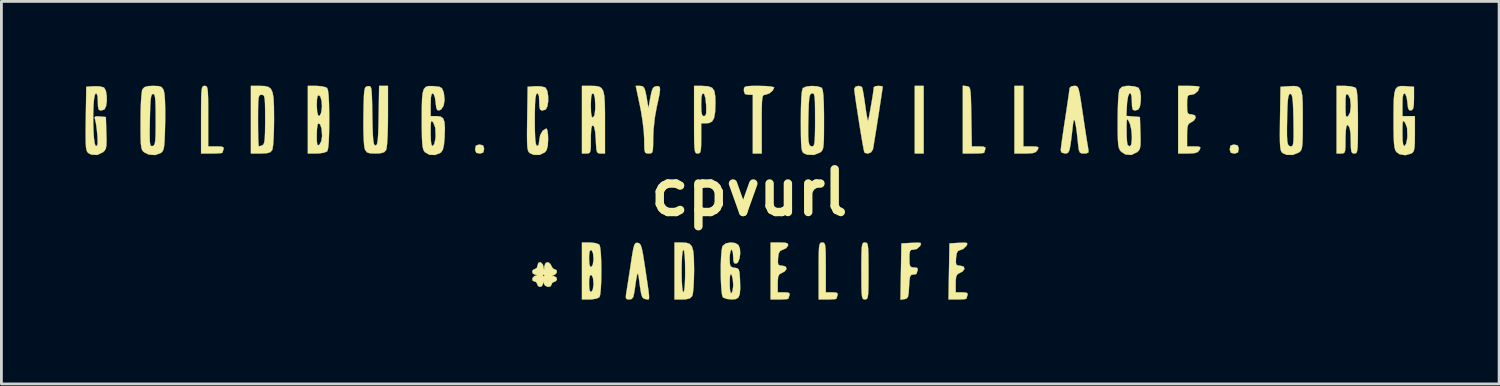
<source format=kicad_pcb>
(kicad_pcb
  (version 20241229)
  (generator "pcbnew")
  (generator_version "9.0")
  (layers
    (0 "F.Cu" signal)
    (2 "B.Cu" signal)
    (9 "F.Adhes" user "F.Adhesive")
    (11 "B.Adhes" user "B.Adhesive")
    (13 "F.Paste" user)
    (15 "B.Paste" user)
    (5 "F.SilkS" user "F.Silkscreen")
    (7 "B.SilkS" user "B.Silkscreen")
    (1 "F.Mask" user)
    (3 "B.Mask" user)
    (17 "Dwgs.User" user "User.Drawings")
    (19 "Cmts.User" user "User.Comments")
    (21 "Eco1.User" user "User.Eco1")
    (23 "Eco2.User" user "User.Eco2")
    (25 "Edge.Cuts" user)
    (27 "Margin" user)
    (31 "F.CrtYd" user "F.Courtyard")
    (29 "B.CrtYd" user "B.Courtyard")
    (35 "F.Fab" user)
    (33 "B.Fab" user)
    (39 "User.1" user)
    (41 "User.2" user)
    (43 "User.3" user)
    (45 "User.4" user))
  (footprint "cpvurl"
    (layer "F.Cu")
    (at 23.682 3.824)
    (property "Reference" "cpvurl" (at 0 0 0) (layer "F.SilkS") (effects (font (size 1.524 1.524) (thickness 0.3))))
    (attr through_hole)
    (fp_poly (pts (xy 6.223 -1.397) (xy 5.905 -1.397) (xy 5.905 -3.81) (xy 6.223 -3.81) (xy 6.223 -1.397)) (stroke (width 0.01) (type solid)) (fill yes) (layer "F.SilkS"))
    (fp_poly (pts (xy -9.499 -1.688) (xy -9.462 -1.585) (xy -9.461 -1.556) (xy -9.488 -1.435) (xy -9.591 -1.398) (xy -9.62 -1.397) (xy -9.741 -1.423) (xy -9.778 -1.526) (xy -9.779 -1.556) (xy -9.753 -1.677) (xy -9.65 -1.714) (xy -9.62 -1.714) (xy -9.499 -1.688)) (stroke (width 0.01) (type solid)) (fill yes) (layer "F.SilkS"))
    (fp_poly (pts (xy 17.425 -1.688) (xy 17.462 -1.585) (xy 17.462 -1.556) (xy 17.436 -1.435) (xy 17.333 -1.398) (xy 17.304 -1.397) (xy 17.183 -1.423) (xy 17.146 -1.526) (xy 17.145 -1.556) (xy 17.171 -1.677) (xy 17.274 -1.714) (xy 17.304 -1.714) (xy 17.425 -1.688)) (stroke (width 0.01) (type solid)) (fill yes) (layer "F.SilkS"))
    (fp_poly (pts (xy 9.779 -1.651) (xy 10.067 -1.651) (xy 10.24 -1.646) (xy 10.312 -1.623) (xy 10.308 -1.566) (xy 10.287 -1.524) (xy 10.225 -1.451) (xy 10.119 -1.412) (xy 9.932 -1.398) (xy 9.84 -1.397) (xy 9.461 -1.397) (xy 9.461 -3.81) (xy 9.779 -3.81) (xy 9.779 -1.651)) (stroke (width 0.01) (type solid)) (fill yes) (layer "F.SilkS"))
    (fp_poly (pts (xy 7.763 -3.799) (xy 7.815 -3.787) (xy 7.853 -3.758) (xy 7.88 -3.693) (xy 7.897 -3.574) (xy 7.909 -3.383) (xy 7.916 -3.1) (xy 7.923 -2.715) (xy 7.941 -1.651) (xy 8.2 -1.651) (xy 8.364 -1.642) (xy 8.427 -1.607) (xy 8.421 -1.551) (xy 8.387 -1.449) (xy 8.382 -1.424) (xy 8.324 -1.41) (xy 8.174 -1.4) (xy 8.001 -1.397) (xy 7.62 -1.397) (xy 7.62 -3.819) (xy 7.763 -3.799)) (stroke (width 0.01) (type solid)) (fill yes) (layer "F.SilkS"))
    (fp_poly (pts (xy 2.654 1.785) (xy 2.689 1.817) (xy 2.711 1.896) (xy 2.724 2.04) (xy 2.729 2.268) (xy 2.73 2.601) (xy 2.731 2.667) (xy 2.731 3.556) (xy 2.96 3.556) (xy 3.11 3.567) (xy 3.159 3.609) (xy 3.15 3.656) (xy 3.116 3.758) (xy 3.111 3.783) (xy 3.054 3.799) (xy 2.908 3.808) (xy 2.794 3.81) (xy 2.477 3.81) (xy 2.477 2.794) (xy 2.477 2.414) (xy 2.481 2.143) (xy 2.49 1.962) (xy 2.507 1.854) (xy 2.533 1.799) (xy 2.572 1.78) (xy 2.603 1.778) (xy 2.654 1.785)) (stroke (width 0.01) (type solid)) (fill yes) (layer "F.SilkS"))
    (fp_poly (pts (xy 0.593 -3.804) (xy 0.78 -3.787) (xy 0.88 -3.762) (xy 0.889 -3.751) (xy 0.837 -3.642) (xy 0.715 -3.542) (xy 0.578 -3.493) (xy 0.567 -3.493) (xy 0.522 -3.486) (xy 0.489 -3.454) (xy 0.467 -3.378) (xy 0.454 -3.241) (xy 0.447 -3.025) (xy 0.445 -2.711) (xy 0.445 -2.445) (xy 0.445 -1.397) (xy 0.127 -1.397) (xy 0.127 -3.493) (xy -0.032 -3.493) (xy -0.153 -3.519) (xy -0.19 -3.622) (xy -0.191 -3.651) (xy -0.186 -3.728) (xy -0.154 -3.775) (xy -0.07 -3.799) (xy 0.09 -3.809) (xy 0.349 -3.81) (xy 0.593 -3.804)) (stroke (width 0.01) (type solid)) (fill yes) (layer "F.SilkS"))
    (fp_poly (pts (xy -19.385 -3.804) (xy -19.351 -3.776) (xy -19.329 -3.706) (xy -19.315 -3.578) (xy -19.307 -3.373) (xy -19.304 -3.074) (xy -19.304 -2.731) (xy -19.304 -1.651) (xy -19.011 -1.651) (xy -18.833 -1.644) (xy -18.757 -1.615) (xy -18.756 -1.554) (xy -18.757 -1.551) (xy -18.791 -1.449) (xy -18.796 -1.424) (xy -18.854 -1.41) (xy -19.004 -1.4) (xy -19.177 -1.397) (xy -19.558 -1.397) (xy -19.558 -2.603) (xy -19.557 -3.023) (xy -19.555 -3.331) (xy -19.548 -3.547) (xy -19.535 -3.685) (xy -19.515 -3.764) (xy -19.485 -3.8) (xy -19.445 -3.81) (xy -19.431 -3.81) (xy -19.385 -3.804)) (stroke (width 0.01) (type solid)) (fill yes) (layer "F.SilkS"))
    (fp_poly (pts (xy 4.175 1.784) (xy 4.209 1.814) (xy 4.231 1.886) (xy 4.245 2.019) (xy 4.252 2.231) (xy 4.254 2.54) (xy 4.255 2.794) (xy 4.254 3.174) (xy 4.25 3.445) (xy 4.241 3.626) (xy 4.224 3.734) (xy 4.198 3.789) (xy 4.159 3.808) (xy 4.128 3.81) (xy 4.08 3.804) (xy 4.046 3.774) (xy 4.024 3.702) (xy 4.01 3.569) (xy 4.003 3.357) (xy 4.001 3.048) (xy 4 2.794) (xy 4.001 2.414) (xy 4.005 2.143) (xy 4.014 1.962) (xy 4.031 1.854) (xy 4.057 1.799) (xy 4.096 1.78) (xy 4.128 1.778) (xy 4.175 1.784)) (stroke (width 0.01) (type solid)) (fill yes) (layer "F.SilkS"))
    (fp_poly (pts (xy 1.276 1.785) (xy 1.368 1.811) (xy 1.388 1.868) (xy 1.385 1.886) (xy 1.314 1.982) (xy 1.206 2.032) (xy 1.102 2.077) (xy 1.05 2.173) (xy 1.028 2.336) (xy 1.022 2.504) (xy 1.05 2.582) (xy 1.131 2.603) (xy 1.171 2.603) (xy 1.3 2.638) (xy 1.33 2.719) (xy 1.262 2.812) (xy 1.175 2.857) (xy 1.079 2.909) (xy 1.032 2.995) (xy 1.017 3.155) (xy 1.016 3.237) (xy 1.016 3.556) (xy 1.245 3.556) (xy 1.395 3.567) (xy 1.445 3.609) (xy 1.436 3.656) (xy 1.402 3.758) (xy 1.397 3.783) (xy 1.34 3.799) (xy 1.194 3.808) (xy 1.079 3.81) (xy 0.762 3.81) (xy 0.762 1.778) (xy 1.084 1.778) (xy 1.276 1.785)) (stroke (width 0.01) (type solid)) (fill yes) (layer "F.SilkS"))
    (fp_poly (pts (xy 6.105 1.792) (xy 6.129 1.828) (xy 6.099 1.899) (xy 6.098 1.902) (xy 5.976 2.01) (xy 5.872 2.032) (xy 5.779 2.043) (xy 5.732 2.096) (xy 5.716 2.225) (xy 5.715 2.349) (xy 5.72 2.538) (xy 5.746 2.632) (xy 5.81 2.664) (xy 5.881 2.667) (xy 5.998 2.686) (xy 6.012 2.753) (xy 6.008 2.767) (xy 5.974 2.869) (xy 5.969 2.894) (xy 5.916 2.916) (xy 5.845 2.921) (xy 5.778 2.936) (xy 5.737 2.998) (xy 5.715 3.135) (xy 5.702 3.35) (xy 5.688 3.579) (xy 5.665 3.71) (xy 5.621 3.774) (xy 5.546 3.798) (xy 5.539 3.799) (xy 5.394 3.819) (xy 5.412 2.815) (xy 5.429 1.81) (xy 5.798 1.791) (xy 6.003 1.783) (xy 6.105 1.792)) (stroke (width 0.01) (type solid)) (fill yes) (layer "F.SilkS"))
    (fp_poly (pts (xy 7.765 1.795) (xy 7.779 1.836) (xy 7.751 1.897) (xy 7.637 2.008) (xy 7.541 2.043) (xy 7.447 2.079) (xy 7.399 2.173) (xy 7.378 2.334) (xy 7.372 2.503) (xy 7.4 2.581) (xy 7.479 2.603) (xy 7.521 2.603) (xy 7.65 2.638) (xy 7.68 2.719) (xy 7.612 2.812) (xy 7.525 2.857) (xy 7.429 2.909) (xy 7.382 2.995) (xy 7.367 3.155) (xy 7.366 3.237) (xy 7.366 3.556) (xy 7.595 3.556) (xy 7.745 3.567) (xy 7.795 3.609) (xy 7.786 3.656) (xy 7.752 3.758) (xy 7.747 3.783) (xy 7.69 3.799) (xy 7.544 3.808) (xy 7.428 3.81) (xy 7.109 3.81) (xy 7.126 2.81) (xy 7.144 1.81) (xy 7.481 1.79) (xy 7.674 1.783) (xy 7.765 1.795)) (stroke (width 0.01) (type solid)) (fill yes) (layer "F.SilkS"))
    (fp_poly (pts (xy 15.885 -3.805) (xy 16.024 -3.79) (xy 16.066 -3.774) (xy 16.011 -3.63) (xy 15.884 -3.521) (xy 15.778 -3.493) (xy 15.688 -3.483) (xy 15.641 -3.434) (xy 15.624 -3.315) (xy 15.621 -3.143) (xy 15.625 -2.943) (xy 15.647 -2.839) (xy 15.7 -2.8) (xy 15.784 -2.794) (xy 15.903 -2.758) (xy 15.928 -2.672) (xy 15.863 -2.571) (xy 15.764 -2.509) (xy 15.684 -2.459) (xy 15.641 -2.376) (xy 15.624 -2.226) (xy 15.621 -2.049) (xy 15.621 -1.651) (xy 15.877 -1.651) (xy 16.037 -1.645) (xy 16.095 -1.617) (xy 16.078 -1.548) (xy 16.066 -1.524) (xy 15.999 -1.447) (xy 15.883 -1.409) (xy 15.681 -1.397) (xy 15.651 -1.397) (xy 15.303 -1.397) (xy 15.303 -3.81) (xy 15.684 -3.81) (xy 15.885 -3.805)) (stroke (width 0.01) (type solid)) (fill yes) (layer "F.SilkS"))
    (fp_poly (pts (xy -3.815 -3.799) (xy -3.754 -3.748) (xy -3.709 -3.633) (xy -3.666 -3.428) (xy -3.645 -3.302) (xy -3.597 -3.016) (xy -3.529 -3.397) (xy -3.483 -3.614) (xy -3.434 -3.734) (xy -3.365 -3.788) (xy -3.318 -3.799) (xy -3.24 -3.8) (xy -3.195 -3.767) (xy -3.182 -3.678) (xy -3.202 -3.516) (xy -3.254 -3.262) (xy -3.302 -3.048) (xy -3.371 -2.664) (xy -3.415 -2.243) (xy -3.427 -1.953) (xy -3.43 -1.687) (xy -3.439 -1.523) (xy -3.462 -1.437) (xy -3.508 -1.403) (xy -3.581 -1.397) (xy -3.588 -1.397) (xy -3.667 -1.403) (xy -3.715 -1.437) (xy -3.738 -1.527) (xy -3.746 -1.698) (xy -3.747 -1.889) (xy -3.762 -2.176) (xy -3.803 -2.534) (xy -3.862 -2.909) (xy -3.899 -3.096) (xy -4.05 -3.81) (xy -3.903 -3.81) (xy -3.815 -3.799)) (stroke (width 0.01) (type solid)) (fill yes) (layer "F.SilkS"))
    (fp_poly (pts (xy -2.247 1.788) (xy -2.126 1.828) (xy -2.046 1.919) (xy -1.999 2.077) (xy -1.976 2.321) (xy -1.969 2.669) (xy -1.968 2.771) (xy -1.974 3.086) (xy -1.987 3.363) (xy -2.008 3.572) (xy -2.033 3.685) (xy -2.034 3.687) (xy -2.116 3.77) (xy -2.266 3.806) (xy -2.383 3.81) (xy -2.667 3.81) (xy -2.667 2.794) (xy -2.413 2.794) (xy -2.408 3.128) (xy -2.393 3.376) (xy -2.371 3.522) (xy -2.349 3.556) (xy -2.322 3.495) (xy -2.301 3.322) (xy -2.289 3.05) (xy -2.286 2.794) (xy -2.291 2.46) (xy -2.306 2.212) (xy -2.328 2.066) (xy -2.349 2.032) (xy -2.377 2.093) (xy -2.398 2.266) (xy -2.41 2.538) (xy -2.413 2.794) (xy -2.667 2.794) (xy -2.667 1.778) (xy -2.418 1.778) (xy -2.247 1.788)) (stroke (width 0.01) (type solid)) (fill yes) (layer "F.SilkS"))
    (fp_poly (pts (xy -3.979 1.791) (xy -3.918 1.812) (xy -3.872 1.87) (xy -3.833 1.987) (xy -3.793 2.184) (xy -3.745 2.484) (xy -3.741 2.508) (xy -3.675 2.948) (xy -3.626 3.278) (xy -3.593 3.513) (xy -3.576 3.669) (xy -3.574 3.761) (xy -3.587 3.804) (xy -3.614 3.814) (xy -3.655 3.807) (xy -3.694 3.799) (xy -3.769 3.777) (xy -3.82 3.719) (xy -3.858 3.598) (xy -3.893 3.388) (xy -3.909 3.27) (xy -3.938 3.051) (xy -3.961 2.92) (xy -3.982 2.882) (xy -4.005 2.946) (xy -4.036 3.118) (xy -4.079 3.406) (xy -4.101 3.556) (xy -4.138 3.723) (xy -4.199 3.796) (xy -4.283 3.81) (xy -4.368 3.801) (xy -4.403 3.753) (xy -4.396 3.632) (xy -4.376 3.508) (xy -4.346 3.319) (xy -4.303 3.045) (xy -4.254 2.728) (xy -4.218 2.489) (xy -4.17 2.18) (xy -4.132 1.975) (xy -4.097 1.856) (xy -4.056 1.8) (xy -4.004 1.788) (xy -3.979 1.791)) (stroke (width 0.01) (type solid)) (fill yes) (layer "F.SilkS"))
    (fp_poly (pts (xy -1.477 -3.798) (xy -1.328 -3.746) (xy -1.246 -3.632) (xy -1.212 -3.432) (xy -1.206 -3.2) (xy -1.217 -2.878) (xy -1.255 -2.664) (xy -1.327 -2.538) (xy -1.443 -2.483) (xy -1.526 -2.477) (xy -1.714 -2.477) (xy -1.714 -1.937) (xy -1.717 -1.674) (xy -1.728 -1.514) (xy -1.753 -1.431) (xy -1.799 -1.4) (xy -1.841 -1.397) (xy -1.886 -1.402) (xy -1.918 -1.429) (xy -1.941 -1.494) (xy -1.955 -1.614) (xy -1.964 -1.807) (xy -1.967 -2.088) (xy -1.968 -2.474) (xy -1.968 -2.603) (xy -1.968 -3.149) (xy -1.714 -3.149) (xy -1.709 -2.917) (xy -1.687 -2.787) (xy -1.644 -2.735) (xy -1.616 -2.731) (xy -1.562 -2.753) (xy -1.536 -2.839) (xy -1.533 -3.014) (xy -1.537 -3.122) (xy -1.561 -3.362) (xy -1.603 -3.507) (xy -1.635 -3.54) (xy -1.68 -3.517) (xy -1.706 -3.401) (xy -1.714 -3.175) (xy -1.714 -3.149) (xy -1.968 -3.149) (xy -1.968 -3.81) (xy -1.71 -3.81) (xy -1.477 -3.798)) (stroke (width 0.01) (type solid)) (fill yes) (layer "F.SilkS"))
    (fp_poly (pts (xy -12.89 -2.726) (xy -12.894 -2.334) (xy -12.905 -1.997) (xy -12.922 -1.733) (xy -12.943 -1.565) (xy -12.956 -1.52) (xy -13.029 -1.442) (xy -13.162 -1.405) (xy -13.339 -1.397) (xy -13.533 -1.404) (xy -13.639 -1.438) (xy -13.699 -1.517) (xy -13.719 -1.564) (xy -13.74 -1.686) (xy -13.756 -1.91) (xy -13.766 -2.212) (xy -13.767 -2.566) (xy -13.765 -2.755) (xy -13.758 -3.136) (xy -13.75 -3.409) (xy -13.738 -3.592) (xy -13.719 -3.704) (xy -13.691 -3.764) (xy -13.651 -3.79) (xy -13.606 -3.798) (xy -13.555 -3.802) (xy -13.517 -3.786) (xy -13.491 -3.732) (xy -13.474 -3.622) (xy -13.463 -3.439) (xy -13.455 -3.165) (xy -13.448 -2.783) (xy -13.448 -2.751) (xy -13.44 -2.352) (xy -13.429 -2.064) (xy -13.415 -1.87) (xy -13.395 -1.753) (xy -13.367 -1.696) (xy -13.335 -1.683) (xy -13.299 -1.7) (xy -13.272 -1.764) (xy -13.253 -1.89) (xy -13.239 -2.095) (xy -13.229 -2.397) (xy -13.222 -2.746) (xy -13.205 -3.81) (xy -12.89 -3.81) (xy -12.89 -2.726)) (stroke (width 0.01) (type solid)) (fill yes) (layer "F.SilkS"))
    (fp_poly (pts (xy -5.505 1.796) (xy -5.371 1.84) (xy -5.345 1.86) (xy -5.317 1.958) (xy -5.295 2.165) (xy -5.281 2.461) (xy -5.277 2.794) (xy -5.282 3.157) (xy -5.297 3.446) (xy -5.319 3.643) (xy -5.345 3.728) (xy -5.447 3.779) (xy -5.62 3.807) (xy -5.691 3.81) (xy -5.969 3.81) (xy -5.969 3.239) (xy -5.715 3.239) (xy -5.705 3.442) (xy -5.672 3.534) (xy -5.636 3.54) (xy -5.583 3.462) (xy -5.557 3.292) (xy -5.556 3.239) (xy -5.574 3.051) (xy -5.62 2.946) (xy -5.636 2.937) (xy -5.686 2.962) (xy -5.711 3.091) (xy -5.715 3.239) (xy -5.969 3.239) (xy -5.969 2.349) (xy -5.715 2.349) (xy -5.705 2.553) (xy -5.672 2.645) (xy -5.636 2.651) (xy -5.583 2.573) (xy -5.557 2.403) (xy -5.556 2.349) (xy -5.574 2.162) (xy -5.62 2.057) (xy -5.636 2.048) (xy -5.686 2.073) (xy -5.711 2.202) (xy -5.715 2.349) (xy -5.969 2.349) (xy -5.969 1.778) (xy -5.691 1.778) (xy -5.505 1.796)) (stroke (width 0.01) (type solid)) (fill yes) (layer "F.SilkS"))
    (fp_poly (pts (xy -5.485 -3.806) (xy -5.358 -3.784) (xy -5.267 -3.728) (xy -5.207 -3.621) (xy -5.171 -3.447) (xy -5.153 -3.19) (xy -5.147 -2.834) (xy -5.147 -2.505) (xy -5.147 -1.397) (xy -5.301 -1.397) (xy -5.379 -1.404) (xy -5.427 -1.443) (xy -5.453 -1.539) (xy -5.467 -1.721) (xy -5.474 -1.884) (xy -5.496 -2.175) (xy -5.534 -2.348) (xy -5.572 -2.397) (xy -5.614 -2.376) (xy -5.639 -2.268) (xy -5.65 -2.058) (xy -5.652 -1.91) (xy -5.653 -1.657) (xy -5.663 -1.504) (xy -5.69 -1.428) (xy -5.742 -1.4) (xy -5.81 -1.397) (xy -5.969 -1.397) (xy -5.969 -3.111) (xy -5.652 -3.111) (xy -5.645 -2.863) (xy -5.624 -2.724) (xy -5.585 -2.681) (xy -5.572 -2.683) (xy -5.521 -2.766) (xy -5.496 -2.969) (xy -5.493 -3.112) (xy -5.506 -3.373) (xy -5.544 -3.515) (xy -5.572 -3.54) (xy -5.616 -3.518) (xy -5.641 -3.406) (xy -5.651 -3.187) (xy -5.652 -3.111) (xy -5.969 -3.111) (xy -5.969 -3.81) (xy -5.656 -3.81) (xy -5.485 -3.806)) (stroke (width 0.01) (type solid)) (fill yes) (layer "F.SilkS"))
    (fp_poly (pts (xy 4.006 -3.779) (xy 4.026 -3.757) (xy 4.048 -3.674) (xy 4.081 -3.496) (xy 4.118 -3.255) (xy 4.136 -3.122) (xy 4.172 -2.873) (xy 4.205 -2.682) (xy 4.23 -2.577) (xy 4.238 -2.566) (xy 4.256 -2.632) (xy 4.288 -2.79) (xy 4.327 -3.005) (xy 4.369 -3.244) (xy 4.406 -3.472) (xy 4.433 -3.655) (xy 4.445 -3.759) (xy 4.445 -3.762) (xy 4.499 -3.798) (xy 4.604 -3.81) (xy 4.723 -3.801) (xy 4.763 -3.784) (xy 4.753 -3.707) (xy 4.727 -3.53) (xy 4.689 -3.278) (xy 4.643 -2.976) (xy 4.592 -2.65) (xy 4.541 -2.324) (xy 4.493 -2.025) (xy 4.453 -1.776) (xy 4.424 -1.604) (xy 4.412 -1.54) (xy 4.342 -1.437) (xy 4.227 -1.392) (xy 4.123 -1.423) (xy 4.106 -1.445) (xy 4.087 -1.52) (xy 4.054 -1.696) (xy 4.01 -1.947) (xy 3.96 -2.249) (xy 3.908 -2.576) (xy 3.857 -2.904) (xy 3.811 -3.207) (xy 3.775 -3.46) (xy 3.752 -3.638) (xy 3.747 -3.709) (xy 3.797 -3.784) (xy 3.904 -3.811) (xy 4.006 -3.779)) (stroke (width 0.01) (type solid)) (fill yes) (layer "F.SilkS"))
    (fp_poly (pts (xy -17.292 -3.804) (xy -17.159 -3.774) (xy -17.067 -3.704) (xy -17.007 -3.577) (xy -16.973 -3.376) (xy -16.958 -3.084) (xy -16.955 -2.685) (xy -16.954 -2.61) (xy -16.959 -2.252) (xy -16.97 -1.939) (xy -16.988 -1.696) (xy -17.011 -1.547) (xy -17.02 -1.52) (xy -17.087 -1.445) (xy -17.208 -1.408) (xy -17.418 -1.397) (xy -17.433 -1.397) (xy -17.78 -1.397) (xy -17.78 -2.572) (xy -17.526 -2.572) (xy -17.524 -2.246) (xy -17.52 -1.971) (xy -17.512 -1.769) (xy -17.504 -1.662) (xy -17.499 -1.651) (xy -17.425 -1.671) (xy -17.372 -1.69) (xy -17.332 -1.723) (xy -17.303 -1.798) (xy -17.285 -1.936) (xy -17.276 -2.155) (xy -17.272 -2.475) (xy -17.272 -2.61) (xy -17.273 -2.961) (xy -17.278 -3.203) (xy -17.289 -3.358) (xy -17.31 -3.445) (xy -17.343 -3.483) (xy -17.391 -3.492) (xy -17.399 -3.493) (xy -17.449 -3.486) (xy -17.483 -3.454) (xy -17.506 -3.377) (xy -17.518 -3.236) (xy -17.524 -3.012) (xy -17.526 -2.686) (xy -17.526 -2.572) (xy -17.78 -2.572) (xy -17.78 -3.81) (xy -17.472 -3.81) (xy -17.292 -3.804)) (stroke (width 0.01) (type solid)) (fill yes) (layer "F.SilkS"))
    (fp_poly (pts (xy -15.247 -3.795) (xy -15.1 -3.757) (xy -15.062 -3.734) (xy -15.03 -3.649) (xy -15.007 -3.463) (xy -14.993 -3.169) (xy -14.986 -2.758) (xy -14.986 -2.603) (xy -14.99 -2.154) (xy -15.002 -1.824) (xy -15.022 -1.605) (xy -15.051 -1.489) (xy -15.062 -1.473) (xy -15.168 -1.428) (xy -15.347 -1.401) (xy -15.443 -1.397) (xy -15.748 -1.397) (xy -15.748 -2.056) (xy -15.431 -2.056) (xy -15.427 -1.834) (xy -15.413 -1.719) (xy -15.382 -1.687) (xy -15.335 -1.714) (xy -15.27 -1.831) (xy -15.24 -2.013) (xy -15.24 -2.035) (xy -15.258 -2.282) (xy -15.309 -2.434) (xy -15.374 -2.477) (xy -15.402 -2.419) (xy -15.423 -2.267) (xy -15.431 -2.056) (xy -15.748 -2.056) (xy -15.748 -3.117) (xy -15.431 -3.117) (xy -15.418 -2.896) (xy -15.385 -2.764) (xy -15.34 -2.731) (xy -15.29 -2.809) (xy -15.268 -2.88) (xy -15.245 -3.07) (xy -15.256 -3.262) (xy -15.297 -3.414) (xy -15.351 -3.477) (xy -15.398 -3.453) (xy -15.423 -3.333) (xy -15.431 -3.117) (xy -15.748 -3.117) (xy -15.748 -3.81) (xy -15.443 -3.81) (xy -15.247 -3.795)) (stroke (width 0.01) (type solid)) (fill yes) (layer "F.SilkS"))
    (fp_poly (pts (xy -7.44 -3.794) (xy -7.294 -3.759) (xy -7.266 -3.743) (xy -7.206 -3.632) (xy -7.176 -3.455) (xy -7.174 -3.256) (xy -7.202 -3.079) (xy -7.257 -2.971) (xy -7.276 -2.96) (xy -7.397 -2.928) (xy -7.463 -2.965) (xy -7.489 -3.092) (xy -7.493 -3.244) (xy -7.503 -3.445) (xy -7.537 -3.535) (xy -7.572 -3.54) (xy -7.606 -3.491) (xy -7.63 -3.362) (xy -7.644 -3.139) (xy -7.651 -2.809) (xy -7.652 -2.603) (xy -7.648 -2.216) (xy -7.638 -1.942) (xy -7.619 -1.768) (xy -7.59 -1.682) (xy -7.572 -1.667) (xy -7.514 -1.699) (xy -7.493 -1.851) (xy -7.493 -1.863) (xy -7.458 -2.057) (xy -7.37 -2.211) (xy -7.254 -2.284) (xy -7.234 -2.286) (xy -7.203 -2.228) (xy -7.182 -2.079) (xy -7.176 -1.915) (xy -7.188 -1.67) (xy -7.231 -1.517) (xy -7.292 -1.439) (xy -7.477 -1.348) (xy -7.691 -1.35) (xy -7.832 -1.413) (xy -7.871 -1.454) (xy -7.899 -1.521) (xy -7.917 -1.634) (xy -7.926 -1.81) (xy -7.929 -2.069) (xy -7.926 -2.427) (xy -7.923 -2.636) (xy -7.906 -3.778) (xy -7.631 -3.798) (xy -7.44 -3.794)) (stroke (width 0.01) (type solid)) (fill yes) (layer "F.SilkS"))
    (fp_poly (pts (xy 11.642 -3.81) (xy 11.687 -3.798) (xy 11.723 -3.759) (xy 11.755 -3.675) (xy 11.788 -3.532) (xy 11.826 -3.311) (xy 11.874 -2.998) (xy 11.937 -2.576) (xy 11.937 -2.572) (xy 11.987 -2.239) (xy 12.033 -1.941) (xy 12.071 -1.706) (xy 12.096 -1.561) (xy 12.1 -1.54) (xy 12.104 -1.438) (xy 12.031 -1.401) (xy 11.947 -1.397) (xy 11.853 -1.402) (xy 11.795 -1.434) (xy 11.76 -1.521) (xy 11.736 -1.688) (xy 11.718 -1.873) (xy 11.689 -2.132) (xy 11.657 -2.363) (xy 11.627 -2.519) (xy 11.626 -2.524) (xy 11.599 -2.597) (xy 11.576 -2.58) (xy 11.553 -2.458) (xy 11.533 -2.286) (xy 11.492 -1.935) (xy 11.459 -1.691) (xy 11.428 -1.535) (xy 11.391 -1.447) (xy 11.344 -1.407) (xy 11.281 -1.397) (xy 11.263 -1.397) (xy 11.14 -1.434) (xy 11.113 -1.508) (xy 11.123 -1.607) (xy 11.149 -1.806) (xy 11.188 -2.084) (xy 11.237 -2.414) (xy 11.271 -2.635) (xy 11.324 -2.984) (xy 11.369 -3.291) (xy 11.404 -3.534) (xy 11.425 -3.688) (xy 11.429 -3.731) (xy 11.484 -3.791) (xy 11.584 -3.81) (xy 11.642 -3.81)) (stroke (width 0.01) (type solid)) (fill yes) (layer "F.SilkS"))
    (fp_poly (pts (xy 19.553 -3.792) (xy 19.64 -3.743) (xy 19.696 -3.64) (xy 19.729 -3.469) (xy 19.744 -3.212) (xy 19.748 -2.854) (xy 19.748 -2.599) (xy 19.748 -2.207) (xy 19.744 -1.923) (xy 19.735 -1.726) (xy 19.718 -1.598) (xy 19.691 -1.518) (xy 19.652 -1.467) (xy 19.607 -1.432) (xy 19.397 -1.347) (xy 19.173 -1.35) (xy 19.029 -1.413) (xy 18.99 -1.454) (xy 18.962 -1.521) (xy 18.944 -1.634) (xy 18.934 -1.81) (xy 18.931 -2.069) (xy 18.933 -2.288) (xy 19.185 -2.288) (xy 19.186 -2.014) (xy 19.197 -1.832) (xy 19.221 -1.723) (xy 19.261 -1.669) (xy 19.318 -1.652) (xy 19.335 -1.651) (xy 19.374 -1.665) (xy 19.4 -1.721) (xy 19.416 -1.835) (xy 19.422 -2.027) (xy 19.421 -2.315) (xy 19.417 -2.588) (xy 19.408 -2.958) (xy 19.396 -3.219) (xy 19.379 -3.388) (xy 19.356 -3.483) (xy 19.322 -3.521) (xy 19.304 -3.524) (xy 19.264 -3.505) (xy 19.236 -3.434) (xy 19.216 -3.295) (xy 19.202 -3.068) (xy 19.192 -2.735) (xy 19.191 -2.67) (xy 19.185 -2.288) (xy 18.933 -2.288) (xy 18.934 -2.427) (xy 18.937 -2.636) (xy 18.955 -3.778) (xy 19.261 -3.798) (xy 19.429 -3.805) (xy 19.553 -3.792)) (stroke (width 0.01) (type solid)) (fill yes) (layer "F.SilkS"))
    (fp_poly (pts (xy 21.456 -3.795) (xy 21.603 -3.757) (xy 21.641 -3.734) (xy 21.672 -3.653) (xy 21.694 -3.474) (xy 21.709 -3.191) (xy 21.716 -2.793) (xy 21.717 -2.527) (xy 21.716 -2.124) (xy 21.713 -1.829) (xy 21.706 -1.628) (xy 21.692 -1.501) (xy 21.669 -1.432) (xy 21.636 -1.403) (xy 21.591 -1.397) (xy 21.59 -1.397) (xy 21.521 -1.41) (xy 21.483 -1.468) (xy 21.466 -1.599) (xy 21.463 -1.805) (xy 21.453 -2.116) (xy 21.42 -2.313) (xy 21.363 -2.404) (xy 21.329 -2.413) (xy 21.303 -2.355) (xy 21.283 -2.199) (xy 21.273 -1.977) (xy 21.273 -1.905) (xy 21.271 -1.653) (xy 21.26 -1.502) (xy 21.233 -1.427) (xy 21.181 -1.4) (xy 21.114 -1.397) (xy 20.955 -1.397) (xy 20.955 -3.111) (xy 21.273 -3.111) (xy 21.276 -2.877) (xy 21.288 -2.748) (xy 21.315 -2.705) (xy 21.363 -2.726) (xy 21.368 -2.731) (xy 21.436 -2.859) (xy 21.463 -3.084) (xy 21.463 -3.111) (xy 21.44 -3.345) (xy 21.376 -3.485) (xy 21.368 -3.493) (xy 21.319 -3.519) (xy 21.29 -3.482) (xy 21.276 -3.362) (xy 21.273 -3.137) (xy 21.273 -3.111) (xy 20.955 -3.111) (xy 20.955 -3.81) (xy 21.26 -3.81) (xy 21.456 -3.795)) (stroke (width 0.01) (type solid)) (fill yes) (layer "F.SilkS"))
    (fp_poly (pts (xy -23.188 -3.794) (xy -23.042 -3.759) (xy -23.014 -3.743) (xy -22.954 -3.632) (xy -22.924 -3.455) (xy -22.922 -3.256) (xy -22.95 -3.079) (xy -23.005 -2.971) (xy -23.024 -2.96) (xy -23.145 -2.928) (xy -23.211 -2.965) (xy -23.237 -3.092) (xy -23.241 -3.244) (xy -23.251 -3.445) (xy -23.285 -3.535) (xy -23.32 -3.54) (xy -23.355 -3.468) (xy -23.381 -3.298) (xy -23.398 -3.056) (xy -23.406 -2.771) (xy -23.405 -2.47) (xy -23.396 -2.182) (xy -23.379 -1.933) (xy -23.353 -1.753) (xy -23.319 -1.667) (xy -23.315 -1.665) (xy -23.269 -1.675) (xy -23.249 -1.761) (xy -23.252 -1.943) (xy -23.258 -2.041) (xy -23.281 -2.279) (xy -23.311 -2.485) (xy -23.336 -2.592) (xy -23.358 -2.69) (xy -23.312 -2.725) (xy -23.17 -2.719) (xy -23.17 -2.719) (xy -22.955 -2.699) (xy -22.937 -2.127) (xy -22.93 -1.851) (xy -22.937 -1.672) (xy -22.961 -1.56) (xy -23.008 -1.487) (xy -23.055 -1.445) (xy -23.261 -1.346) (xy -23.474 -1.358) (xy -23.58 -1.413) (xy -23.619 -1.454) (xy -23.647 -1.521) (xy -23.665 -1.634) (xy -23.674 -1.81) (xy -23.677 -2.069) (xy -23.674 -2.427) (xy -23.671 -2.636) (xy -23.654 -3.778) (xy -23.379 -3.798) (xy -23.188 -3.794)) (stroke (width 0.01) (type solid)) (fill yes) (layer "F.SilkS"))
    (fp_poly (pts (xy -7.088 2.551) (xy -7.067 2.603) (xy -7.003 2.707) (xy -6.946 2.731) (xy -6.869 2.77) (xy -6.868 2.854) (xy -6.937 2.929) (xy -6.969 2.941) (xy -7.047 2.965) (xy -7.002 2.975) (xy -6.969 2.977) (xy -6.881 3.023) (xy -6.861 3.106) (xy -6.914 3.169) (xy -6.953 3.175) (xy -7.037 3.226) (xy -7.048 3.27) (xy -7.093 3.347) (xy -7.191 3.361) (xy -7.287 3.314) (xy -7.322 3.254) (xy -7.346 3.176) (xy -7.356 3.221) (xy -7.359 3.254) (xy -7.404 3.342) (xy -7.487 3.362) (xy -7.55 3.309) (xy -7.556 3.27) (xy -7.607 3.186) (xy -7.652 3.175) (xy -7.733 3.135) (xy -7.737 3.051) (xy -7.668 2.977) (xy -7.636 2.965) (xy -7.597 2.953) (xy -7.366 2.953) (xy -7.334 2.985) (xy -7.303 2.953) (xy -7.334 2.921) (xy -7.366 2.953) (xy -7.597 2.953) (xy -7.558 2.941) (xy -7.603 2.931) (xy -7.636 2.928) (xy -7.724 2.883) (xy -7.744 2.8) (xy -7.691 2.737) (xy -7.652 2.731) (xy -7.574 2.678) (xy -7.556 2.603) (xy -7.521 2.499) (xy -7.443 2.484) (xy -7.369 2.555) (xy -7.347 2.619) (xy -7.32 2.762) (xy -7.311 2.619) (xy -7.264 2.505) (xy -7.173 2.481) (xy -7.088 2.551)) (stroke (width 0.01) (type solid)) (fill yes) (layer "F.SilkS"))
    (fp_poly (pts (xy 23.443 -3.798) (xy 23.717 -3.778) (xy 23.717 -3.366) (xy 23.711 -3.136) (xy 23.689 -3.005) (xy 23.643 -2.945) (xy 23.61 -2.934) (xy 23.542 -2.945) (xy 23.503 -3.031) (xy 23.483 -3.214) (xy 23.456 -3.4) (xy 23.409 -3.519) (xy 23.384 -3.54) (xy 23.339 -3.517) (xy 23.313 -3.401) (xy 23.305 -3.175) (xy 23.305 -3.149) (xy 23.305 -2.731) (xy 23.749 -2.731) (xy 23.749 -2.098) (xy 23.746 -1.804) (xy 23.736 -1.612) (xy 23.712 -1.496) (xy 23.672 -1.431) (xy 23.626 -1.399) (xy 23.409 -1.337) (xy 23.205 -1.37) (xy 23.092 -1.45) (xy 23.052 -1.511) (xy 23.024 -1.607) (xy 23.005 -1.756) (xy 22.993 -1.978) (xy 22.991 -2.136) (xy 23.305 -2.136) (xy 23.31 -1.874) (xy 23.329 -1.723) (xy 23.364 -1.666) (xy 23.384 -1.667) (xy 23.435 -1.743) (xy 23.472 -1.912) (xy 23.482 -2.022) (xy 23.47 -2.315) (xy 23.403 -2.491) (xy 23.354 -2.553) (xy 23.325 -2.552) (xy 23.31 -2.472) (xy 23.305 -2.293) (xy 23.305 -2.136) (xy 22.991 -2.136) (xy 22.988 -2.292) (xy 22.987 -2.617) (xy 22.989 -3.037) (xy 22.997 -3.346) (xy 23.02 -3.561) (xy 23.062 -3.698) (xy 23.13 -3.773) (xy 23.231 -3.803) (xy 23.37 -3.803) (xy 23.443 -3.798)) (stroke (width 0.01) (type solid)) (fill yes) (layer "F.SilkS"))
    (fp_poly (pts (xy -0.496 1.799) (xy -0.385 1.869) (xy -0.333 1.997) (xy -0.323 2.174) (xy -0.348 2.352) (xy -0.403 2.486) (xy -0.46 2.528) (xy -0.532 2.519) (xy -0.565 2.437) (xy -0.572 2.291) (xy -0.585 2.13) (xy -0.62 2.039) (xy -0.635 2.032) (xy -0.671 2.089) (xy -0.694 2.235) (xy -0.699 2.345) (xy -0.693 2.533) (xy -0.664 2.629) (xy -0.594 2.668) (xy -0.524 2.679) (xy -0.429 2.697) (xy -0.375 2.744) (xy -0.348 2.851) (xy -0.333 3.047) (xy -0.33 3.11) (xy -0.322 3.417) (xy -0.338 3.62) (xy -0.386 3.739) (xy -0.476 3.795) (xy -0.617 3.81) (xy -0.624 3.81) (xy -0.801 3.791) (xy -0.927 3.744) (xy -0.94 3.734) (xy -0.971 3.641) (xy -0.994 3.45) (xy -1.007 3.226) (xy -0.698 3.226) (xy -0.689 3.452) (xy -0.664 3.573) (xy -0.635 3.588) (xy -0.596 3.505) (xy -0.574 3.345) (xy -0.572 3.282) (xy -0.587 3.091) (xy -0.623 2.945) (xy -0.635 2.921) (xy -0.67 2.907) (xy -0.691 3.005) (xy -0.698 3.222) (xy -0.698 3.226) (xy -1.007 3.226) (xy -1.009 3.192) (xy -1.016 2.897) (xy -1.015 2.593) (xy -1.006 2.31) (xy -0.988 2.078) (xy -0.961 1.927) (xy -0.95 1.901) (xy -0.84 1.812) (xy -0.67 1.777) (xy -0.496 1.799)) (stroke (width 0.01) (type solid)) (fill yes) (layer "F.SilkS"))
    (fp_poly (pts (xy 2.42 -3.796) (xy 2.566 -3.753) (xy 2.591 -3.734) (xy 2.623 -3.649) (xy 2.646 -3.465) (xy 2.66 -3.172) (xy 2.667 -2.762) (xy 2.667 -2.594) (xy 2.666 -2.204) (xy 2.663 -1.92) (xy 2.653 -1.724) (xy 2.637 -1.596) (xy 2.609 -1.517) (xy 2.57 -1.466) (xy 2.526 -1.432) (xy 2.307 -1.346) (xy 2.069 -1.355) (xy 1.953 -1.402) (xy 1.912 -1.438) (xy 1.882 -1.502) (xy 1.862 -1.613) (xy 1.85 -1.79) (xy 1.844 -2.05) (xy 1.842 -2.287) (xy 2.103 -2.287) (xy 2.104 -2.014) (xy 2.116 -1.831) (xy 2.14 -1.722) (xy 2.179 -1.668) (xy 2.236 -1.651) (xy 2.252 -1.651) (xy 2.29 -1.667) (xy 2.317 -1.727) (xy 2.334 -1.849) (xy 2.344 -2.051) (xy 2.349 -2.35) (xy 2.349 -2.608) (xy 2.348 -2.976) (xy 2.344 -3.235) (xy 2.333 -3.403) (xy 2.315 -3.499) (xy 2.286 -3.54) (xy 2.245 -3.545) (xy 2.238 -3.544) (xy 2.193 -3.522) (xy 2.161 -3.465) (xy 2.139 -3.351) (xy 2.124 -3.161) (xy 2.114 -2.875) (xy 2.109 -2.669) (xy 2.103 -2.287) (xy 1.842 -2.287) (xy 1.842 -2.413) (xy 1.841 -2.562) (xy 1.845 -3.019) (xy 1.856 -3.357) (xy 1.875 -3.584) (xy 1.903 -3.709) (xy 1.918 -3.734) (xy 2.039 -3.787) (xy 2.225 -3.807) (xy 2.42 -3.796)) (stroke (width 0.01) (type solid)) (fill yes) (layer "F.SilkS"))
    (fp_poly (pts (xy -21.076 -3.803) (xy -20.969 -3.769) (xy -20.908 -3.69) (xy -20.886 -3.636) (xy -20.861 -3.502) (xy -20.845 -3.264) (xy -20.837 -2.943) (xy -20.838 -2.56) (xy -20.84 -2.488) (xy -20.849 -2.112) (xy -20.86 -1.843) (xy -20.876 -1.66) (xy -20.9 -1.543) (xy -20.934 -1.471) (xy -20.981 -1.425) (xy -20.983 -1.423) (xy -21.193 -1.342) (xy -21.427 -1.361) (xy -21.576 -1.432) (xy -21.629 -1.475) (xy -21.666 -1.531) (xy -21.691 -1.619) (xy -21.707 -1.761) (xy -21.714 -1.963) (xy -21.391 -1.963) (xy -21.384 -1.798) (xy -21.368 -1.705) (xy -21.34 -1.666) (xy -21.299 -1.661) (xy -21.29 -1.663) (xy -21.246 -1.682) (xy -21.215 -1.733) (xy -21.195 -1.835) (xy -21.183 -2.008) (xy -21.178 -2.27) (xy -21.177 -2.604) (xy -21.179 -2.97) (xy -21.186 -3.226) (xy -21.199 -3.392) (xy -21.221 -3.484) (xy -21.254 -3.521) (xy -21.273 -3.524) (xy -21.31 -3.506) (xy -21.338 -3.439) (xy -21.358 -3.305) (xy -21.372 -3.088) (xy -21.381 -2.77) (xy -21.385 -2.583) (xy -21.391 -2.219) (xy -21.391 -1.963) (xy -21.714 -1.963) (xy -21.714 -1.977) (xy -21.717 -2.286) (xy -21.717 -2.548) (xy -21.713 -2.921) (xy -21.702 -3.244) (xy -21.684 -3.496) (xy -21.662 -3.653) (xy -21.651 -3.687) (xy -21.578 -3.765) (xy -21.446 -3.802) (xy -21.269 -3.81) (xy -21.076 -3.803)) (stroke (width 0.01) (type solid)) (fill yes) (layer "F.SilkS"))
    (fp_poly (pts (xy -11.228 -3.798) (xy -11.054 -3.777) (xy -10.963 -3.724) (xy -10.912 -3.606) (xy -10.894 -3.538) (xy -10.87 -3.305) (xy -10.905 -3.104) (xy -10.992 -2.968) (xy -11.063 -2.934) (xy -11.13 -2.946) (xy -11.168 -3.034) (xy -11.188 -3.214) (xy -11.215 -3.4) (xy -11.262 -3.519) (xy -11.287 -3.54) (xy -11.332 -3.517) (xy -11.358 -3.401) (xy -11.366 -3.175) (xy -11.367 -3.149) (xy -11.367 -2.731) (xy -11.145 -2.731) (xy -11.011 -2.714) (xy -10.922 -2.651) (xy -10.874 -2.522) (xy -10.858 -2.307) (xy -10.868 -1.988) (xy -10.87 -1.961) (xy -10.893 -1.701) (xy -10.931 -1.538) (xy -10.992 -1.442) (xy -11.016 -1.422) (xy -11.209 -1.344) (xy -11.415 -1.354) (xy -11.579 -1.449) (xy -11.579 -1.45) (xy -11.619 -1.511) (xy -11.647 -1.607) (xy -11.666 -1.756) (xy -11.678 -1.978) (xy -11.68 -2.136) (xy -11.367 -2.136) (xy -11.361 -1.874) (xy -11.342 -1.723) (xy -11.307 -1.666) (xy -11.287 -1.667) (xy -11.236 -1.743) (xy -11.199 -1.912) (xy -11.189 -2.022) (xy -11.201 -2.315) (xy -11.268 -2.491) (xy -11.317 -2.553) (xy -11.346 -2.552) (xy -11.361 -2.472) (xy -11.366 -2.293) (xy -11.367 -2.136) (xy -11.68 -2.136) (xy -11.683 -2.292) (xy -11.684 -2.617) (xy -11.682 -3.037) (xy -11.674 -3.346) (xy -11.651 -3.561) (xy -11.609 -3.698) (xy -11.541 -3.773) (xy -11.44 -3.803) (xy -11.301 -3.803) (xy -11.228 -3.798)) (stroke (width 0.01) (type solid)) (fill yes) (layer "F.SilkS"))
    (fp_poly (pts (xy 13.733 -3.793) (xy 13.87 -3.751) (xy 13.894 -3.734) (xy 13.947 -3.619) (xy 13.971 -3.439) (xy 13.967 -3.241) (xy 13.938 -3.069) (xy 13.883 -2.967) (xy 13.87 -2.96) (xy 13.748 -2.928) (xy 13.682 -2.965) (xy 13.656 -3.092) (xy 13.652 -3.244) (xy 13.638 -3.454) (xy 13.603 -3.549) (xy 13.557 -3.536) (xy 13.513 -3.422) (xy 13.481 -3.215) (xy 13.475 -3.126) (xy 13.456 -2.739) (xy 13.697 -2.719) (xy 13.938 -2.699) (xy 13.957 -2.127) (xy 13.963 -1.851) (xy 13.957 -1.672) (xy 13.933 -1.56) (xy 13.886 -1.487) (xy 13.839 -1.445) (xy 13.632 -1.346) (xy 13.422 -1.363) (xy 13.271 -1.46) (xy 13.223 -1.519) (xy 13.189 -1.595) (xy 13.166 -1.71) (xy 13.153 -1.885) (xy 13.146 -2.141) (xy 13.146 -2.217) (xy 13.462 -2.217) (xy 13.467 -1.981) (xy 13.481 -1.797) (xy 13.501 -1.699) (xy 13.504 -1.693) (xy 13.583 -1.652) (xy 13.631 -1.721) (xy 13.651 -1.907) (xy 13.652 -1.993) (xy 13.635 -2.227) (xy 13.589 -2.437) (xy 13.558 -2.517) (xy 13.51 -2.602) (xy 13.482 -2.619) (xy 13.468 -2.553) (xy 13.463 -2.385) (xy 13.462 -2.217) (xy 13.146 -2.217) (xy 13.145 -2.499) (xy 13.145 -2.576) (xy 13.149 -2.941) (xy 13.16 -3.258) (xy 13.178 -3.504) (xy 13.2 -3.657) (xy 13.21 -3.687) (xy 13.296 -3.772) (xy 13.454 -3.807) (xy 13.547 -3.81) (xy 13.733 -3.793)) (stroke (width 0.01) (type solid)) (fill yes) (layer "F.SilkS")))
  (gr_rect
    (start -3 -3)
    (end 50.436 10.648)
    (stroke (width 0.1) (type default))
    (fill no)
    (layer "Edge.Cuts")))
</source>
